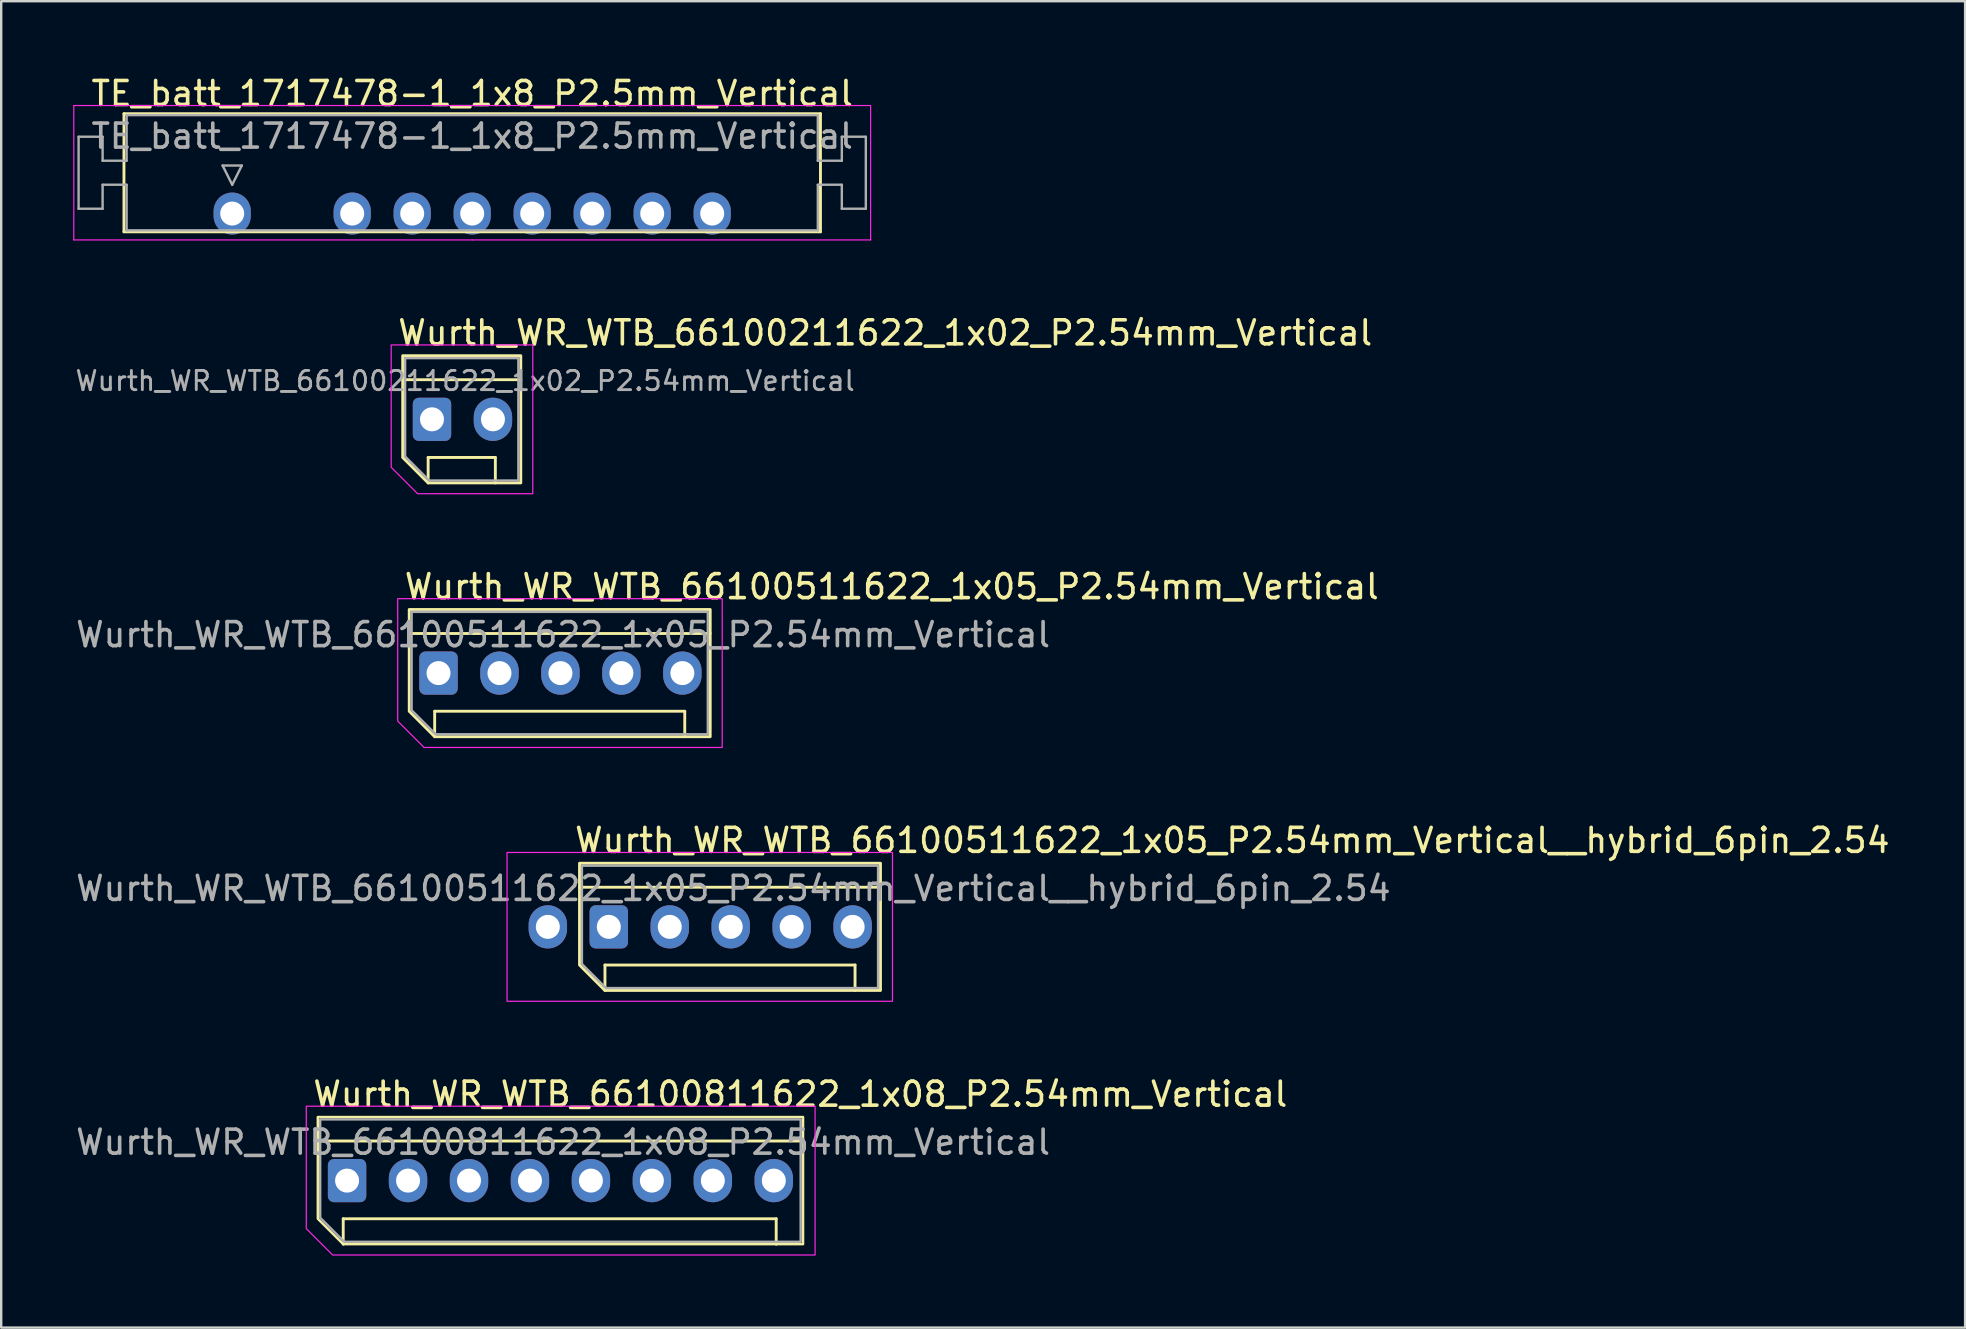
<source format=kicad_pcb>
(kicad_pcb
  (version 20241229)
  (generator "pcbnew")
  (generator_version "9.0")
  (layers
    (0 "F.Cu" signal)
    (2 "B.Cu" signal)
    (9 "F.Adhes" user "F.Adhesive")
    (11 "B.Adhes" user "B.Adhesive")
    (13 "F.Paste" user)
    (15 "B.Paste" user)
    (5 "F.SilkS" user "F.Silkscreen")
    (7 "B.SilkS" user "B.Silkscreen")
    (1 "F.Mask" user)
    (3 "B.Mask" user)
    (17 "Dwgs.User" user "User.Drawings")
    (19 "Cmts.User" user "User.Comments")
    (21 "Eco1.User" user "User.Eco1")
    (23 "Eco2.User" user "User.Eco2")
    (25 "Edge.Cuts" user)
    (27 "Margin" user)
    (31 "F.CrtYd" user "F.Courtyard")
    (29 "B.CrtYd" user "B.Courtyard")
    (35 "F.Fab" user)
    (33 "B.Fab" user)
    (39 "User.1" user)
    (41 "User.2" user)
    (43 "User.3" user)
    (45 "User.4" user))
  (footprint "Wurth_WR_WTB_66100511622_1x05_P2.54mm_Vertical__hybrid_6pin_2.54"
    (layer "F.Cu")
    (at 22.316 35.568)
    (property "Reference" "Wurth_WR_WTB_66100511622_1x05_P2.54mm_Vertical__hybrid_6pin_2.54" (at -1.5 -3.6 0) (unlocked yes) (layer "F.SilkS") (effects (font (size 1 1) (thickness 0.15)) (justify left)))
    (attr through_hole)
    (fp_line (start -1.22 -1.65) (end 11.32 -1.65) (stroke (width 0.12) (type default)) (layer "F.SilkS"))
    (fp_line (start -0.16 1.59) (end -0.16 2.65) (stroke (width 0.12) (type default)) (layer "F.SilkS"))
    (fp_line (start -0.16 1.59) (end 10.26 1.59) (stroke (width 0.12) (type default)) (layer "F.SilkS"))
    (fp_line (start 10.26 1.59) (end 10.26 2.65) (stroke (width 0.12) (type default)) (layer "F.SilkS"))
    (fp_poly (pts (xy -1.22 1.59) (xy -1.22 -2.65) (xy 11.32 -2.65) (xy 11.32 2.65) (xy -0.16 2.65)) (stroke (width 0.12) (type solid)) (fill no) (layer "F.SilkS"))
    (fp_rect (start -4.24 -3.1) (end 11.82 3.1) (stroke (width 0.05) (type default)) (fill no) (layer "F.CrtYd"))
    (fp_poly (pts (xy -1.12 1.55) (xy -1.12 -2.55) (xy 11.22 -2.55) (xy 11.22 2.55) (xy -0.12 2.55)) (stroke (width 0.1) (type solid)) (fill no) (layer "F.Fab"))
    (fp_text user "${REFERENCE}" (at 5.19 -1.6 0) (unlocked yes) (layer "F.Fab") (effects (font (size 1 1) (thickness 0.15))))
    (pad "1" thru_hole oval (at -2.54 0) (size 1.6 1.8) (drill 1) (layers "*.Cu" "*.Mask"))
    (pad "2" thru_hole roundrect (at 0 0) (size 1.6 1.8) (drill 1) (layers "*.Cu" "*.Mask") (roundrect_rratio 0.156))
    (pad "3" thru_hole oval (at 2.54 0) (size 1.6 1.8) (drill 1) (layers "*.Cu" "*.Mask"))
    (pad "4" thru_hole oval (at 5.08 0) (size 1.6 1.8) (drill 1) (layers "*.Cu" "*.Mask"))
    (pad "5" thru_hole oval (at 7.62 0) (size 1.6 1.8) (drill 1) (layers "*.Cu" "*.Mask"))
    (pad "6" thru_hole oval (at 10.16 0) (size 1.6 1.8) (drill 1) (layers "*.Cu" "*.Mask")))
  (footprint "Wurth_WR_WTB_66100511622_1x05_P2.54mm_Vertical"
    (layer "F.Cu")
    (at 15.221 24.995)
    (property "Reference" "Wurth_WR_WTB_66100511622_1x05_P2.54mm_Vertical" (at -1.5 -3.6 0) (unlocked yes) (layer "F.SilkS") (effects (font (size 1 1) (thickness 0.15)) (justify left)))
    (attr through_hole)
    (fp_line (start -1.22 -1.65) (end 11.32 -1.65) (stroke (width 0.12) (type default)) (layer "F.SilkS"))
    (fp_line (start -0.16 1.59) (end -0.16 2.65) (stroke (width 0.12) (type default)) (layer "F.SilkS"))
    (fp_line (start -0.16 1.59) (end 10.26 1.59) (stroke (width 0.12) (type default)) (layer "F.SilkS"))
    (fp_line (start 10.26 1.59) (end 10.26 2.65) (stroke (width 0.12) (type default)) (layer "F.SilkS"))
    (fp_poly (pts (xy -1.22 1.59) (xy -1.22 -2.65) (xy 11.32 -2.65) (xy 11.32 2.65) (xy -0.16 2.65)) (stroke (width 0.12) (type solid)) (fill no) (layer "F.SilkS"))
    (fp_poly (pts (xy -1.7 -3.1) (xy 11.82 -3.1) (xy 11.82 3.1) (xy -0.6 3.1) (xy -1.7 2)) (stroke (width 0.05) (type solid)) (fill no) (layer "F.CrtYd"))
    (fp_poly (pts (xy -1.12 1.55) (xy -1.12 -2.55) (xy 11.22 -2.55) (xy 11.22 2.55) (xy -0.12 2.55)) (stroke (width 0.1) (type solid)) (fill no) (layer "F.Fab"))
    (fp_text user "${REFERENCE}" (at 5.19 -1.6 0) (unlocked yes) (layer "F.Fab") (effects (font (size 1 1) (thickness 0.15))))
    (pad "1" thru_hole roundrect (at 0 0) (size 1.6 1.8) (drill 1) (layers "*.Cu" "*.Mask") (roundrect_rratio 0.156))
    (pad "2" thru_hole oval (at 2.54 0) (size 1.6 1.8) (drill 1) (layers "*.Cu" "*.Mask"))
    (pad "3" thru_hole oval (at 5.08 0) (size 1.6 1.8) (drill 1) (layers "*.Cu" "*.Mask"))
    (pad "4" thru_hole oval (at 7.62 0) (size 1.6 1.8) (drill 1) (layers "*.Cu" "*.Mask"))
    (pad "5" thru_hole oval (at 10.16 0) (size 1.6 1.8) (drill 1) (layers "*.Cu" "*.Mask")))
  (footprint "Wurth_WR_WTB_66100811622_1x08_P2.54mm_Vertical"
    (layer "F.Cu")
    (at 11.411 46.141)
    (property "Reference" "Wurth_WR_WTB_66100811622_1x08_P2.54mm_Vertical" (at -1.5 -3.6 0) (unlocked yes) (layer "F.SilkS") (effects (font (size 1 1) (thickness 0.15)) (justify left)))
    (attr through_hole)
    (fp_line (start -1.22 -1.65) (end 18.99 -1.65) (stroke (width 0.12) (type default)) (layer "F.SilkS"))
    (fp_line (start -0.16 1.59) (end -0.16 2.65) (stroke (width 0.12) (type default)) (layer "F.SilkS"))
    (fp_line (start -0.16 1.59) (end 17.88 1.59) (stroke (width 0.12) (type default)) (layer "F.SilkS"))
    (fp_line (start 17.88 1.59) (end 17.88 2.65) (stroke (width 0.12) (type default)) (layer "F.SilkS"))
    (fp_poly (pts (xy -1.22 1.59) (xy -1.22 -2.65) (xy 19 -2.65) (xy 19 2.65) (xy -0.16 2.65)) (stroke (width 0.1) (type solid)) (fill no) (layer "F.SilkS"))
    (fp_poly (pts (xy -1.7 -3.1) (xy 19.5 -3.1) (xy 19.5 3.1) (xy -0.6 3.1) (xy -1.7 2)) (stroke (width 0.05) (type solid)) (fill no) (layer "F.CrtYd"))
    (fp_poly (pts (xy -1.12 1.55) (xy -1.12 -2.55) (xy 18.9 -2.55) (xy 18.9 2.55) (xy -0.12 2.55)) (stroke (width 0.1) (type solid)) (fill no) (layer "F.Fab"))
    (fp_text user "${REFERENCE}" (at 9 -1.6 0) (unlocked yes) (layer "F.Fab") (effects (font (size 1 1) (thickness 0.15))))
    (pad "1" thru_hole roundrect (at 0 0) (size 1.6 1.8) (drill 1) (layers "*.Cu" "*.Mask") (roundrect_rratio 0.156))
    (pad "2" thru_hole oval (at 2.54 0) (size 1.6 1.8) (drill 1) (layers "*.Cu" "*.Mask"))
    (pad "3" thru_hole oval (at 5.08 0) (size 1.6 1.8) (drill 1) (layers "*.Cu" "*.Mask"))
    (pad "4" thru_hole oval (at 7.62 0) (size 1.6 1.8) (drill 1) (layers "*.Cu" "*.Mask"))
    (pad "5" thru_hole oval (at 10.16 0) (size 1.6 1.8) (drill 1) (layers "*.Cu" "*.Mask"))
    (pad "6" thru_hole oval (at 12.7 0) (size 1.6 1.8) (drill 1) (layers "*.Cu" "*.Mask"))
    (pad "7" thru_hole oval (at 15.24 0) (size 1.6 1.8) (drill 1) (layers "*.Cu" "*.Mask"))
    (pad "8" thru_hole oval (at 17.78 0) (size 1.6 1.8) (drill 1) (layers "*.Cu" "*.Mask")))
  (footprint "Wurth_WR_WTB_66100211622_1x02_P2.54mm_Vertical"
    (layer "F.Cu")
    (at 14.949 14.421)
    (property "Reference" "Wurth_WR_WTB_66100211622_1x02_P2.54mm_Vertical" (at -1.5 -3.6 0) (unlocked yes) (layer "F.SilkS") (effects (font (size 1 1) (thickness 0.15)) (justify left)))
    (attr through_hole)
    (fp_line (start -1.22 -1.65) (end 3.7 -1.65) (stroke (width 0.12) (type default)) (layer "F.SilkS"))
    (fp_line (start -0.16 1.59) (end -0.16 2.65) (stroke (width 0.12) (type default)) (layer "F.SilkS"))
    (fp_line (start -0.16 1.59) (end 2.64 1.59) (stroke (width 0.12) (type default)) (layer "F.SilkS"))
    (fp_line (start 2.64 1.59) (end 2.64 2.65) (stroke (width 0.12) (type default)) (layer "F.SilkS"))
    (fp_poly (pts (xy -1.22 1.59) (xy -1.22 -2.65) (xy 3.7 -2.65) (xy 3.7 2.65) (xy -0.16 2.65)) (stroke (width 0.12) (type solid)) (fill no) (layer "F.SilkS"))
    (fp_poly (pts (xy -1.7 -3.1) (xy 4.2 -3.1) (xy 4.2 3.1) (xy -0.6 3.1) (xy -1.7 2)) (stroke (width 0.05) (type solid)) (fill no) (layer "F.CrtYd"))
    (fp_poly (pts (xy -1.12 1.55) (xy -1.12 -2.55) (xy 3.6 -2.55) (xy 3.6 2.55) (xy -0.12 2.55)) (stroke (width 0.1) (type solid)) (fill no) (layer "F.Fab"))
    (fp_text user "${REFERENCE}" (at 1.38 -1.6 0) (unlocked yes) (layer "F.Fab") (effects (font (size 0.8 0.8) (thickness 0.12))))
    (pad "1" thru_hole roundrect (at 0 0) (size 1.6 1.8) (drill 1) (layers "*.Cu" "*.Mask") (roundrect_rratio 0.156))
    (pad "2" thru_hole oval (at 2.54 0) (size 1.6 1.8) (drill 1) (layers "*.Cu" "*.Mask")))
  (footprint "TE_batt_1717478-1_1x8_P2.5mm_Vertical"
    (layer "F.Cu")
    (at 16.625 5.848)
    (property "Reference" "TE_batt_1717478-1_1x8_P2.5mm_Vertical" (at 0 -5 0) (unlocked yes) (layer "F.SilkS") (effects (font (size 1 1) (thickness 0.15))))
    (attr through_hole)
    (fp_line (start -14.51 -4.16) (end -14.51 0.76) (stroke (width 0.12) (type solid)) (layer "F.SilkS"))
    (fp_line (start 14.51 -4.16) (end -14.51 -4.16) (stroke (width 0.12) (type solid)) (layer "F.SilkS"))
    (fp_line (start 14.51 -4.16) (end 14.51 0.76) (stroke (width 0.12) (type solid)) (layer "F.SilkS"))
    (fp_line (start 14.51 0.76) (end -14.51 0.76) (stroke (width 0.12) (type solid)) (layer "F.SilkS"))
    (fp_line (start -16.6 -4.5) (end 0 -4.5) (stroke (width 0.05) (type solid)) (layer "F.CrtYd"))
    (fp_line (start -16.6 1.1) (end -16.6 -4.5) (stroke (width 0.05) (type solid)) (layer "F.CrtYd"))
    (fp_line (start -16.6 1.1) (end 0 1.1) (stroke (width 0.05) (type solid)) (layer "F.CrtYd"))
    (fp_line (start 16.6 -4.5) (end 0 -4.5) (stroke (width 0.05) (type solid)) (layer "F.CrtYd"))
    (fp_line (start 16.6 1.1) (end 0 1.1) (stroke (width 0.05) (type solid)) (layer "F.CrtYd"))
    (fp_line (start 16.6 1.1) (end 16.6 -4.5) (stroke (width 0.05) (type solid)) (layer "F.CrtYd"))
    (fp_line (start -16.4 -0.2) (end -16.4 -3.2) (stroke (width 0.1) (type solid)) (layer "F.Fab"))
    (fp_line (start -15.4 -3.2) (end -16.4 -3.2) (stroke (width 0.1) (type solid)) (layer "F.Fab"))
    (fp_line (start -15.4 -2.2) (end -15.4 -3.2) (stroke (width 0.1) (type solid)) (layer "F.Fab"))
    (fp_line (start -15.4 -1.2) (end -15.4 -0.2) (stroke (width 0.1) (type solid)) (layer "F.Fab"))
    (fp_line (start -15.4 -0.2) (end -16.4 -0.2) (stroke (width 0.1) (type solid)) (layer "F.Fab"))
    (fp_line (start -14.4 -4.1) (end -14.4 -2.2) (stroke (width 0.1) (type solid)) (layer "F.Fab"))
    (fp_line (start -14.4 -2.2) (end -15.4 -2.2) (stroke (width 0.1) (type solid)) (layer "F.Fab"))
    (fp_line (start -14.4 -1.2) (end -15.4 -1.2) (stroke (width 0.1) (type solid)) (layer "F.Fab"))
    (fp_line (start -14.4 0.7) (end -14.4 -1.2) (stroke (width 0.1) (type solid)) (layer "F.Fab"))
    (fp_line (start -14.4 0.7) (end 14.4 0.7) (stroke (width 0.1) (type solid)) (layer "F.Fab"))
    (fp_line (start -10.4 -2) (end -10 -1.2) (stroke (width 0.1) (type solid)) (layer "F.Fab"))
    (fp_line (start -10 -1.2) (end -9.6 -2) (stroke (width 0.1) (type solid)) (layer "F.Fab"))
    (fp_line (start -9.6 -2) (end -10.4 -2) (stroke (width 0.1) (type solid)) (layer "F.Fab"))
    (fp_line (start 14.4 -4.1) (end -14.4 -4.1) (stroke (width 0.1) (type solid)) (layer "F.Fab"))
    (fp_line (start 14.4 -4.1) (end 14.4 -2.2) (stroke (width 0.1) (type solid)) (layer "F.Fab"))
    (fp_line (start 14.4 -2.2) (end 15.4 -2.2) (stroke (width 0.1) (type solid)) (layer "F.Fab"))
    (fp_line (start 14.4 -1.2) (end 15.4 -1.2) (stroke (width 0.1) (type solid)) (layer "F.Fab"))
    (fp_line (start 14.4 0.7) (end 14.4 -1.2) (stroke (width 0.1) (type solid)) (layer "F.Fab"))
    (fp_line (start 15.4 -3.2) (end 16.4 -3.2) (stroke (width 0.1) (type solid)) (layer "F.Fab"))
    (fp_line (start 15.4 -2.2) (end 15.4 -3.2) (stroke (width 0.1) (type solid)) (layer "F.Fab"))
    (fp_line (start 15.4 -1.2) (end 15.4 -0.2) (stroke (width 0.1) (type solid)) (layer "F.Fab"))
    (fp_line (start 15.4 -0.2) (end 16.4 -0.2) (stroke (width 0.1) (type solid)) (layer "F.Fab"))
    (fp_line (start 16.4 -3.2) (end 16.4 -0.2) (stroke (width 0.1) (type solid)) (layer "F.Fab"))
    (fp_text user "${REFERENCE}" (at 0 -3.225 0) (unlocked yes) (layer "F.Fab") (effects (font (size 1 1) (thickness 0.15))))
    (pad "1" thru_hole oval (at -10 0) (size 1.55 1.75) (drill 1) (layers "*.Cu" "*.Mask"))
    (pad "2" thru_hole oval (at -5 0) (size 1.55 1.75) (drill 1) (layers "*.Cu" "*.Mask"))
    (pad "3" thru_hole oval (at -2.5 0) (size 1.55 1.75) (drill 1) (layers "*.Cu" "*.Mask"))
    (pad "4" thru_hole oval (at 0 0) (size 1.55 1.75) (drill 1) (layers "*.Cu" "*.Mask"))
    (pad "5" thru_hole oval (at 2.5 0) (size 1.55 1.75) (drill 1) (layers "*.Cu" "*.Mask"))
    (pad "6" thru_hole oval (at 5 0) (size 1.55 1.75) (drill 1) (layers "*.Cu" "*.Mask"))
    (pad "7" thru_hole oval (at 7.5 0) (size 1.55 1.75) (drill 1) (layers "*.Cu" "*.Mask"))
    (pad "8" thru_hole oval (at 10 0) (size 1.55 1.75) (drill 1) (layers "*.Cu" "*.Mask")))
  (gr_rect
    (start -3 -3)
    (end 78.828 52.266)
    (stroke (width 0.1) (type default))
    (fill no)
    (layer "Edge.Cuts")))
</source>
